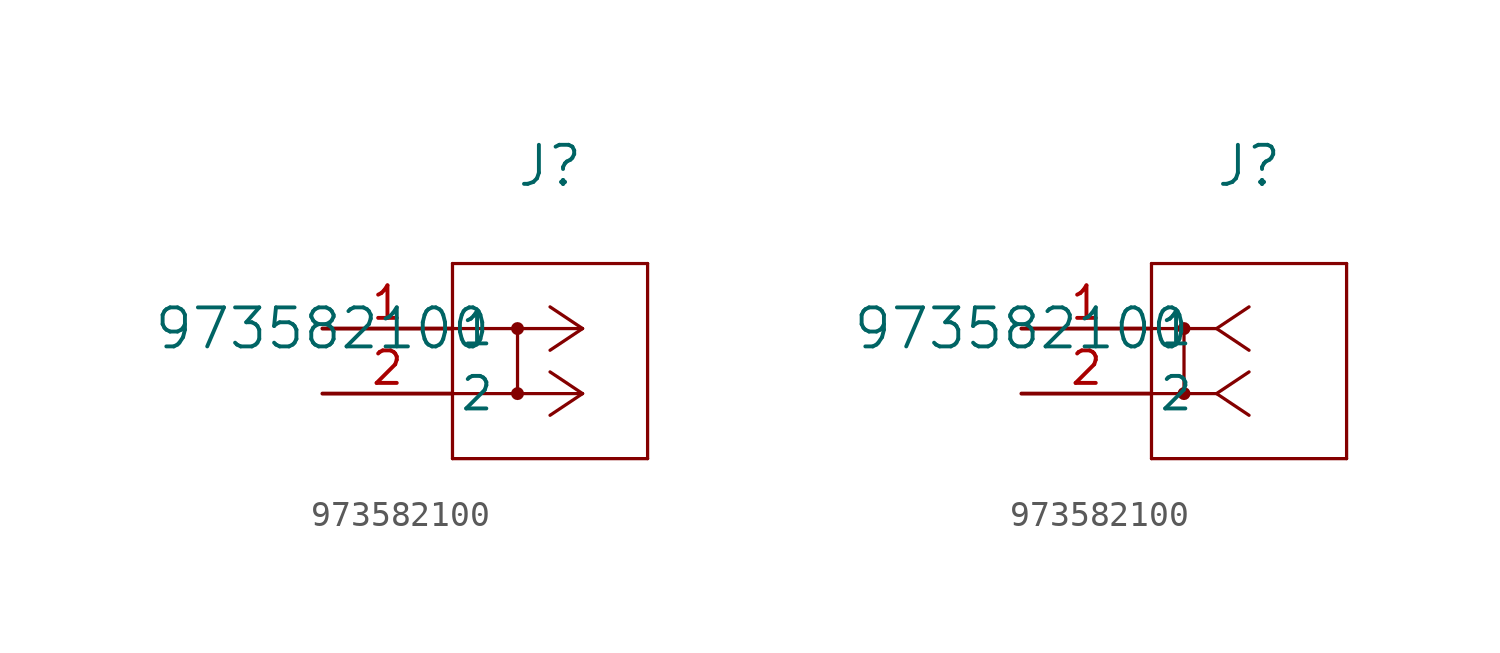
<source format=kicad_sym>
(kicad_symbol_lib
  (version 20211014)
  (generator kicad_symbol_editor)
  (symbol "973582100"
    (pin_names
      (offset 0.254))
    (property "Reference" "J"
      (at 8.89 6.35 0)
      (effects (font (size 1.524 1.524))))
    (property "Value" "973582100"
      (at 0 0 0)
      (effects (font (size 1.524 1.524))))
    (symbol "973582100_1_1"
      (polyline (pts (xy 10.16 0) (xy 5.08 0)) (stroke (width 0.127) (type default) (color 0 0 0 0)) (fill (type none)))
      (polyline (pts (xy 10.16 -2.54) (xy 5.08 -2.54)) (stroke (width 0.127) (type default) (color 0 0 0 0)) (fill (type none)))
      (polyline (pts (xy 10.16 0) (xy 8.89 0.847)) (stroke (width 0.127) (type default) (color 0 0 0 0)) (fill (type none)))
      (polyline (pts (xy 10.16 -2.54) (xy 8.89 -1.693)) (stroke (width 0.127) (type default) (color 0 0 0 0)) (fill (type none)))
      (polyline (pts (xy 10.16 0) (xy 8.89 -0.847)) (stroke (width 0.127) (type default) (color 0 0 0 0)) (fill (type none)))
      (polyline (pts (xy 10.16 -2.54) (xy 8.89 -3.387)) (stroke (width 0.127) (type default) (color 0 0 0 0)) (fill (type none)))
      (polyline (pts (xy 5.08 2.54) (xy 5.08 -5.08)) (stroke (width 0.127) (type default) (color 0 0 0 0)) (fill (type none)))
      (polyline (pts (xy 5.08 -5.08) (xy 12.7 -5.08)) (stroke (width 0.127) (type default) (color 0 0 0 0)) (fill (type none)))
      (polyline (pts (xy 12.7 -5.08) (xy 12.7 2.54)) (stroke (width 0.127) (type default) (color 0 0 0 0)) (fill (type none)))
      (polyline (pts (xy 12.7 2.54) (xy 5.08 2.54)) (stroke (width 0.127) (type default) (color 0 0 0 0)) (fill (type none)))
      (polyline (pts (xy 7.62 0) (xy 7.62 -2.54)) (stroke (width 0.127) (type default) (color 0 0 0 0)) (fill (type none)))
      (circle (center 7.62 0) (radius 0.127) (stroke (width 0.254) (type default) (color 0 0 0 0)) (fill (type none)))
      (circle (center 7.62 -2.54) (radius 0.127) (stroke (width 0.254) (type default) (color 0 0 0 0)) (fill (type none)))
      (pin unspecified line (at 0 0 0) (length 5.08) (name "1" (effects (font (size 1.27 1.27)))) (number "1" (effects (font (size 1.27 1.27)))))
      (pin unspecified line (at 0 -2.54 0) (length 5.08) (name "2" (effects (font (size 1.27 1.27)))) (number "2" (effects (font (size 1.27 1.27))))))
    (symbol "973582100_1_2"
      (polyline (pts (xy 7.62 0) (xy 5.08 0)) (stroke (width 0.127) (type default) (color 0 0 0 0)) (fill (type none)))
      (polyline (pts (xy 7.62 -2.54) (xy 5.08 -2.54)) (stroke (width 0.127) (type default) (color 0 0 0 0)) (fill (type none)))
      (polyline (pts (xy 7.62 0) (xy 8.89 0.847)) (stroke (width 0.127) (type default) (color 0 0 0 0)) (fill (type none)))
      (polyline (pts (xy 7.62 -2.54) (xy 8.89 -1.693)) (stroke (width 0.127) (type default) (color 0 0 0 0)) (fill (type none)))
      (polyline (pts (xy 7.62 0) (xy 8.89 -0.847)) (stroke (width 0.127) (type default) (color 0 0 0 0)) (fill (type none)))
      (polyline (pts (xy 7.62 -2.54) (xy 8.89 -3.387)) (stroke (width 0.127) (type default) (color 0 0 0 0)) (fill (type none)))
      (polyline (pts (xy 5.08 2.54) (xy 5.08 -5.08)) (stroke (width 0.127) (type default) (color 0 0 0 0)) (fill (type none)))
      (polyline (pts (xy 5.08 -5.08) (xy 12.7 -5.08)) (stroke (width 0.127) (type default) (color 0 0 0 0)) (fill (type none)))
      (polyline (pts (xy 12.7 -5.08) (xy 12.7 2.54)) (stroke (width 0.127) (type default) (color 0 0 0 0)) (fill (type none)))
      (polyline (pts (xy 12.7 2.54) (xy 5.08 2.54)) (stroke (width 0.127) (type default) (color 0 0 0 0)) (fill (type none)))
      (polyline (pts (xy 6.35 0) (xy 6.35 -2.54)) (stroke (width 0.127) (type default) (color 0 0 0 0)) (fill (type none)))
      (circle (center 6.35 0) (radius 0.127) (stroke (width 0.254) (type default) (color 0 0 0 0)) (fill (type none)))
      (circle (center 6.35 -2.54) (radius 0.127) (stroke (width 0.254) (type default) (color 0 0 0 0)) (fill (type none)))
      (pin unspecified line (at 0 0 0) (length 5.08) (name "1" (effects (font (size 1.27 1.27)))) (number "1" (effects (font (size 1.27 1.27)))))
      (pin unspecified line (at 0 -2.54 0) (length 5.08) (name "2" (effects (font (size 1.27 1.27)))) (number "2" (effects (font (size 1.27 1.27))))))))
</source>
